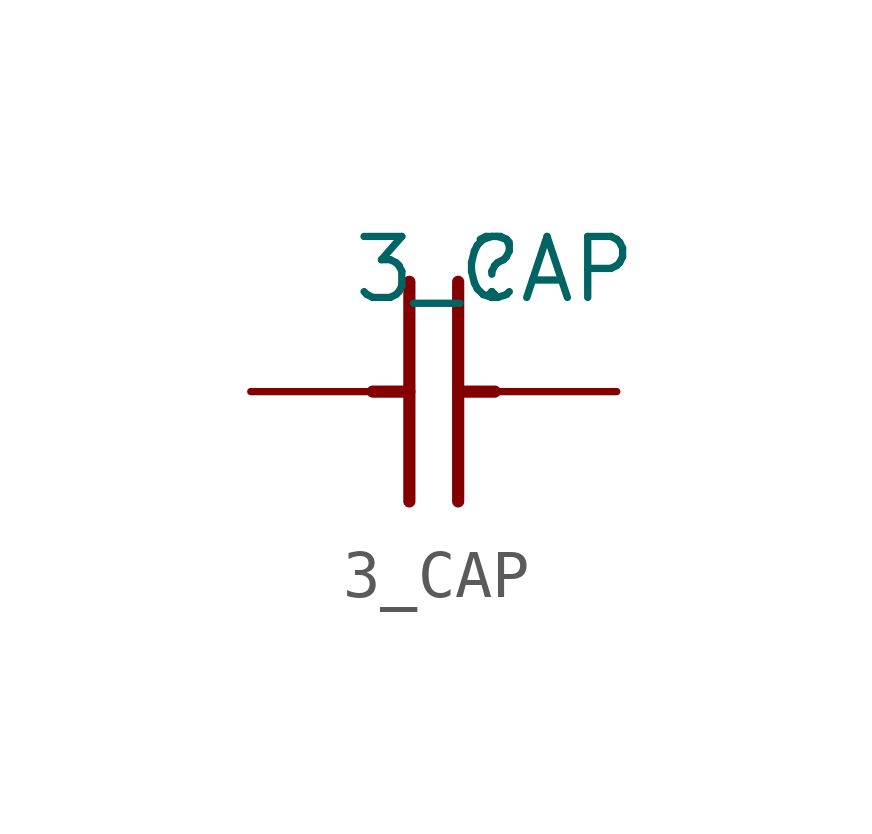
<source format=kicad_sym>
(kicad_symbol_lib
  (version 20211014)
  (generator kicad_symbol_editor)
  (symbol "3_CAP"
    (property "Reference" ""
      (at 0 0 0)
      (effects (font (size 1.27 1.27))))
    (property "Value" "3_CAP"
      (at 0 0 0)
      (effects (font (size 1.27 1.27))))
    (symbol "3_CAP_1_0"
      (polyline (pts (xy -1.778 -2.54) (xy -2.54 -2.54)) (stroke (width 0.254) (type default) (color 0 0 0 0)) (fill (type none)))
      (polyline (pts (xy -1.778 -0.254) (xy -1.778 -4.826)) (stroke (width 0.254) (type default) (color 0 0 0 0)) (fill (type none)))
      (polyline (pts (xy -0.762 -0.254) (xy -0.762 -4.826)) (stroke (width 0.254) (type default) (color 0 0 0 0)) (fill (type none)))
      (polyline (pts (xy 0 -2.54) (xy -0.762 -2.54)) (stroke (width 0.254) (type default) (color 0 0 0 0)) (fill (type none)))
      (pin passive line (at 2.54 -2.54 180) (length 2.54) (name "1" (effects (font (size 0 0)))) (number "1" (effects (font (size 0 0)))))
      (pin passive line (at -5.08 -2.54 0) (length 2.54) (name "2" (effects (font (size 0 0)))) (number "2" (effects (font (size 0 0))))))))
</source>
